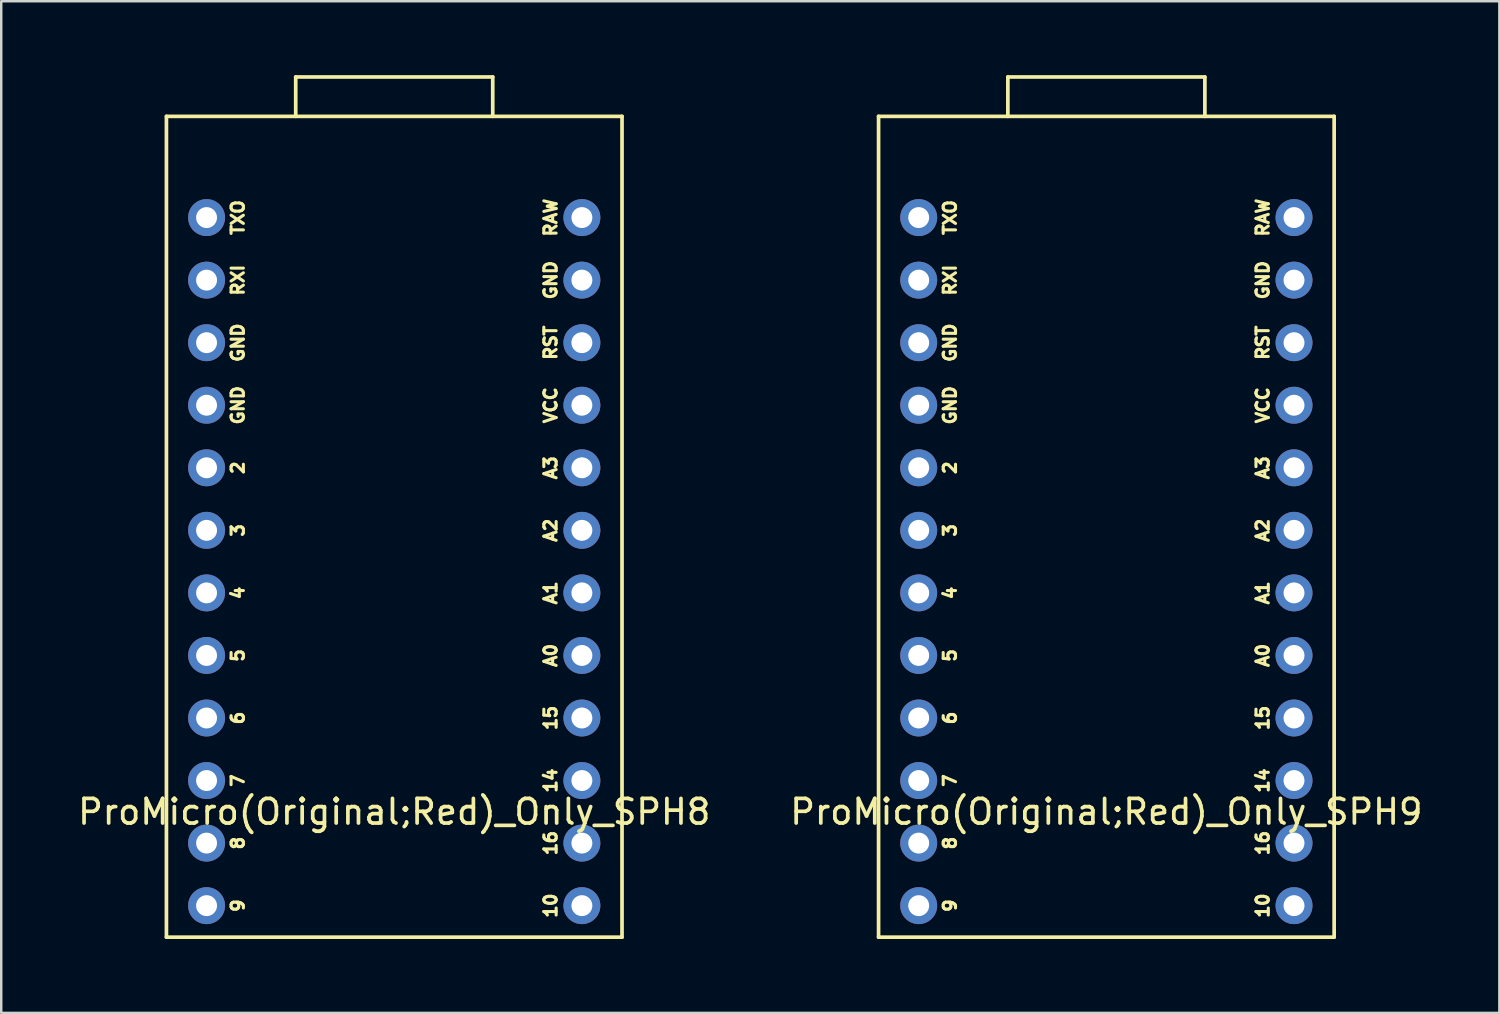
<source format=kicad_pcb>
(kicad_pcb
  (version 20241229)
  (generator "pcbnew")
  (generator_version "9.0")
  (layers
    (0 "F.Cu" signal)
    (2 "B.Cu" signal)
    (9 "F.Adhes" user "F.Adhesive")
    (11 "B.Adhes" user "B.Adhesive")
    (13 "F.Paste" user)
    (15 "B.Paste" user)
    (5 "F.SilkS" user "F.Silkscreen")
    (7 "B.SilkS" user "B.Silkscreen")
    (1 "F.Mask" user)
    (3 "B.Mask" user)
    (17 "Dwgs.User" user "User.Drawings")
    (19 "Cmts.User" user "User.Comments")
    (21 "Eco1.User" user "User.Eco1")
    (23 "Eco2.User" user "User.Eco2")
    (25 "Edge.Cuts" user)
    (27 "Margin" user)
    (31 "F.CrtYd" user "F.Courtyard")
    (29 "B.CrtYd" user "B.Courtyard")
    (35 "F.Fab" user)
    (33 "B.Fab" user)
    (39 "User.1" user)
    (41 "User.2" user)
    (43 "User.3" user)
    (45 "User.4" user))
  (footprint "ProMicro(Original;Red)_Only_SPH8"
    (layer "F.Cu")
    (at 5.338 5.785)
    (property "Reference" "ProMicro(Original;Red)_Only_SPH8" (at 7.62 24.13 0) (layer "F.SilkS") (effects (font (size 1 1) (thickness 0.15))))
    (attr through_hole)
    (fp_line (start -1.63 -4.11) (end -1.63 29.22) (stroke (width 0.15) (type solid)) (layer "F.SilkS"))
    (fp_line (start -1.63 29.22) (end 16.87 29.22) (stroke (width 0.15) (type solid)) (layer "F.SilkS"))
    (fp_line (start 3.62 -5.71) (end 11.62 -5.71) (stroke (width 0.15) (type solid)) (layer "F.SilkS"))
    (fp_line (start 3.62 -4.11) (end 3.62 -5.71) (stroke (width 0.15) (type solid)) (layer "F.SilkS"))
    (fp_line (start 11.62 -5.71) (end 11.62 -4.11) (stroke (width 0.15) (type solid)) (layer "F.SilkS"))
    (fp_line (start 16.87 -4.11) (end -1.63 -4.11) (stroke (width 0.15) (type solid)) (layer "F.SilkS"))
    (fp_line (start 16.87 29.22) (end 16.87 -4.11) (stroke (width 0.15) (type solid)) (layer "F.SilkS"))
    (fp_text user "A1" (at 13.97 15.24 90) (layer "F.SilkS") (effects (font (size 0.5 0.5) (thickness 0.125))))
    (fp_text user "5" (at 1.27 17.78 90) (layer "F.SilkS") (effects (font (size 0.5 0.5) (thickness 0.125))))
    (fp_text user "15" (at 13.97 20.32 90) (layer "F.SilkS") (effects (font (size 0.5 0.5) (thickness 0.125))))
    (fp_text user "4" (at 1.27 15.24 90) (layer "F.SilkS") (effects (font (size 0.5 0.5) (thickness 0.125))))
    (fp_text user "10" (at 13.97 27.94 90) (layer "F.SilkS") (effects (font (size 0.5 0.5) (thickness 0.125))))
    (fp_text user "14" (at 13.97 22.86 90) (layer "F.SilkS") (effects (font (size 0.5 0.5) (thickness 0.125))))
    (fp_text user "A0" (at 13.97 17.78 90) (layer "F.SilkS") (effects (font (size 0.5 0.5) (thickness 0.125))))
    (fp_text user "VCC" (at 13.97 7.62 90) (layer "F.SilkS") (effects (font (size 0.5 0.5) (thickness 0.125))))
    (fp_text user "GND" (at 1.27 7.62 90) (layer "F.SilkS") (effects (font (size 0.5 0.5) (thickness 0.125))))
    (fp_text user "A3" (at 13.97 10.16 90) (layer "F.SilkS") (effects (font (size 0.5 0.5) (thickness 0.125))))
    (fp_text user "3" (at 1.27 12.7 90) (layer "F.SilkS") (effects (font (size 0.5 0.5) (thickness 0.125))))
    (fp_text user "6" (at 1.27 20.32 90) (layer "F.SilkS") (effects (font (size 0.5 0.5) (thickness 0.125))))
    (fp_text user "7" (at 1.27 22.86 90) (layer "F.SilkS") (effects (font (size 0.5 0.5) (thickness 0.125))))
    (fp_text user "RST" (at 13.97 5.08 90) (layer "F.SilkS") (effects (font (size 0.5 0.5) (thickness 0.125))))
    (fp_text user "TXO" (at 1.27 0 90) (layer "F.SilkS") (effects (font (size 0.5 0.5) (thickness 0.125))))
    (fp_text user "RXI" (at 1.27 2.54 90) (layer "F.SilkS") (effects (font (size 0.5 0.5) (thickness 0.125))))
    (fp_text user "GND" (at 13.97 2.54 90) (layer "F.SilkS") (effects (font (size 0.5 0.5) (thickness 0.125))))
    (fp_text user "8" (at 1.27 25.4 90) (layer "F.SilkS") (effects (font (size 0.5 0.5) (thickness 0.125))))
    (fp_text user "2" (at 1.27 10.16 90) (layer "F.SilkS") (effects (font (size 0.5 0.5) (thickness 0.125))))
    (fp_text user "RAW" (at 13.97 0 90) (layer "F.SilkS") (effects (font (size 0.5 0.5) (thickness 0.125))))
    (fp_text user "16" (at 13.97 25.4 90) (layer "F.SilkS") (effects (font (size 0.5 0.5) (thickness 0.125))))
    (fp_text user "GND" (at 1.27 5.08 90) (layer "F.SilkS") (effects (font (size 0.5 0.5) (thickness 0.125))))
    (fp_text user "9" (at 1.27 27.94 90) (layer "F.SilkS") (effects (font (size 0.5 0.5) (thickness 0.125))))
    (fp_text user "A2" (at 13.97 12.7 90) (layer "F.SilkS") (effects (font (size 0.5 0.5) (thickness 0.125))))
    (pad "2" thru_hole circle (at 0 10.16) (size 1.5 1.5) (drill 0.85) (layers "*.Cu" "*.Mask"))
    (pad "3" thru_hole circle (at 0 12.7) (size 1.5 1.5) (drill 0.85) (layers "*.Cu" "*.Mask"))
    (pad "4" thru_hole circle (at 0 15.24) (size 1.5 1.5) (drill 0.85) (layers "*.Cu" "*.Mask"))
    (pad "5" thru_hole circle (at 0 17.78) (size 1.5 1.5) (drill 0.85) (layers "*.Cu" "*.Mask"))
    (pad "6" thru_hole circle (at 0 20.32) (size 1.5 1.5) (drill 0.85) (layers "*.Cu" "*.Mask"))
    (pad "7" thru_hole circle (at 0 22.86) (size 1.5 1.5) (drill 0.85) (layers "*.Cu" "*.Mask"))
    (pad "8" thru_hole circle (at 0 25.4) (size 1.5 1.5) (drill 0.85) (layers "*.Cu" "*.Mask"))
    (pad "9" thru_hole circle (at 0 27.94) (size 1.5 1.5) (drill 0.85) (layers "*.Cu" "*.Mask"))
    (pad "10" thru_hole circle (at 15.24 27.94) (size 1.5 1.5) (drill 0.85) (layers "*.Cu" "*.Mask"))
    (pad "14" thru_hole circle (at 15.24 22.86) (size 1.5 1.5) (drill 0.85) (layers "*.Cu" "*.Mask"))
    (pad "15" thru_hole circle (at 15.24 20.32) (size 1.5 1.5) (drill 0.85) (layers "*.Cu" "*.Mask"))
    (pad "16" thru_hole circle (at 15.24 25.4) (size 1.5 1.5) (drill 0.85) (layers "*.Cu" "*.Mask"))
    (pad "A0" thru_hole circle (at 15.24 17.78) (size 1.5 1.5) (drill 0.85) (layers "*.Cu" "*.Mask"))
    (pad "A1" thru_hole circle (at 15.24 15.24) (size 1.5 1.5) (drill 0.85) (layers "*.Cu" "*.Mask"))
    (pad "A2" thru_hole circle (at 15.24 12.7) (size 1.5 1.5) (drill 0.85) (layers "*.Cu" "*.Mask"))
    (pad "A3" thru_hole circle (at 15.24 10.16) (size 1.5 1.5) (drill 0.85) (layers "*.Cu" "*.Mask"))
    (pad "GND0" thru_hole circle (at 15.24 2.54) (size 1.5 1.5) (drill 0.85) (layers "*.Cu" "*.Mask"))
    (pad "GND1" thru_hole circle (at 0 5.08) (size 1.5 1.5) (drill 0.85) (layers "*.Cu" "*.Mask"))
    (pad "GND2" thru_hole circle (at 0 7.62) (size 1.5 1.5) (drill 0.85) (layers "*.Cu" "*.Mask"))
    (pad "RAW" thru_hole circle (at 15.24 0) (size 1.5 1.5) (drill 0.85) (layers "*.Cu" "*.Mask"))
    (pad "RST" thru_hole circle (at 15.24 5.08) (size 1.5 1.5) (drill 0.85) (layers "*.Cu" "*.Mask"))
    (pad "RXI" thru_hole circle (at 0 2.54) (size 1.5 1.5) (drill 0.85) (layers "*.Cu" "*.Mask"))
    (pad "TXO" thru_hole circle (at 0 0 90) (size 1.5 1.5) (drill 0.85) (layers "*.Cu" "*.Mask"))
    (pad "VCC" thru_hole circle (at 15.24 7.62) (size 1.5 1.5) (drill 0.85) (layers "*.Cu" "*.Mask")))
  (footprint "ProMicro(Original;Red)_Only_SPH9"
    (layer "F.Cu")
    (at 34.255 5.785)
    (property "Reference" "ProMicro(Original;Red)_Only_SPH9" (at 7.62 24.13 0) (layer "F.SilkS") (effects (font (size 1 1) (thickness 0.15))))
    (attr through_hole)
    (fp_line (start -1.63 -4.11) (end -1.63 29.22) (stroke (width 0.15) (type solid)) (layer "F.SilkS"))
    (fp_line (start -1.63 29.22) (end 16.87 29.22) (stroke (width 0.15) (type solid)) (layer "F.SilkS"))
    (fp_line (start 3.62 -5.71) (end 11.62 -5.71) (stroke (width 0.15) (type solid)) (layer "F.SilkS"))
    (fp_line (start 3.62 -4.11) (end 3.62 -5.71) (stroke (width 0.15) (type solid)) (layer "F.SilkS"))
    (fp_line (start 11.62 -5.71) (end 11.62 -4.11) (stroke (width 0.15) (type solid)) (layer "F.SilkS"))
    (fp_line (start 16.87 -4.11) (end -1.63 -4.11) (stroke (width 0.15) (type solid)) (layer "F.SilkS"))
    (fp_line (start 16.87 29.22) (end 16.87 -4.11) (stroke (width 0.15) (type solid)) (layer "F.SilkS"))
    (fp_text user "2" (at 1.27 10.16 90) (layer "F.SilkS") (effects (font (size 0.5 0.5) (thickness 0.125))))
    (fp_text user "TXO" (at 1.27 0 90) (layer "F.SilkS") (effects (font (size 0.5 0.5) (thickness 0.125))))
    (fp_text user "15" (at 13.97 20.32 90) (layer "F.SilkS") (effects (font (size 0.5 0.5) (thickness 0.125))))
    (fp_text user "6" (at 1.27 20.32 90) (layer "F.SilkS") (effects (font (size 0.5 0.5) (thickness 0.125))))
    (fp_text user "5" (at 1.27 17.78 90) (layer "F.SilkS") (effects (font (size 0.5 0.5) (thickness 0.125))))
    (fp_text user "4" (at 1.27 15.24 90) (layer "F.SilkS") (effects (font (size 0.5 0.5) (thickness 0.125))))
    (fp_text user "7" (at 1.27 22.86 90) (layer "F.SilkS") (effects (font (size 0.5 0.5) (thickness 0.125))))
    (fp_text user "10" (at 13.97 27.94 90) (layer "F.SilkS") (effects (font (size 0.5 0.5) (thickness 0.125))))
    (fp_text user "GND" (at 1.27 5.08 90) (layer "F.SilkS") (effects (font (size 0.5 0.5) (thickness 0.125))))
    (fp_text user "GND" (at 13.97 2.54 90) (layer "F.SilkS") (effects (font (size 0.5 0.5) (thickness 0.125))))
    (fp_text user "3" (at 1.27 12.7 90) (layer "F.SilkS") (effects (font (size 0.5 0.5) (thickness 0.125))))
    (fp_text user "A3" (at 13.97 10.16 90) (layer "F.SilkS") (effects (font (size 0.5 0.5) (thickness 0.125))))
    (fp_text user "GND" (at 1.27 7.62 90) (layer "F.SilkS") (effects (font (size 0.5 0.5) (thickness 0.125))))
    (fp_text user "A0" (at 13.97 17.78 90) (layer "F.SilkS") (effects (font (size 0.5 0.5) (thickness 0.125))))
    (fp_text user "14" (at 13.97 22.86 90) (layer "F.SilkS") (effects (font (size 0.5 0.5) (thickness 0.125))))
    (fp_text user "RXI" (at 1.27 2.54 90) (layer "F.SilkS") (effects (font (size 0.5 0.5) (thickness 0.125))))
    (fp_text user "9" (at 1.27 27.94 90) (layer "F.SilkS") (effects (font (size 0.5 0.5) (thickness 0.125))))
    (fp_text user "16" (at 13.97 25.4 90) (layer "F.SilkS") (effects (font (size 0.5 0.5) (thickness 0.125))))
    (fp_text user "8" (at 1.27 25.4 90) (layer "F.SilkS") (effects (font (size 0.5 0.5) (thickness 0.125))))
    (fp_text user "VCC" (at 13.97 7.62 90) (layer "F.SilkS") (effects (font (size 0.5 0.5) (thickness 0.125))))
    (fp_text user "A2" (at 13.97 12.7 90) (layer "F.SilkS") (effects (font (size 0.5 0.5) (thickness 0.125))))
    (fp_text user "RAW" (at 13.97 0 90) (layer "F.SilkS") (effects (font (size 0.5 0.5) (thickness 0.125))))
    (fp_text user "A1" (at 13.97 15.24 90) (layer "F.SilkS") (effects (font (size 0.5 0.5) (thickness 0.125))))
    (fp_text user "RST" (at 13.97 5.08 90) (layer "F.SilkS") (effects (font (size 0.5 0.5) (thickness 0.125))))
    (pad "2" thru_hole circle (at 0 10.16) (size 1.5 1.5) (drill 0.85) (layers "*.Cu" "*.Mask"))
    (pad "3" thru_hole circle (at 0 12.7) (size 1.5 1.5) (drill 0.85) (layers "*.Cu" "*.Mask"))
    (pad "4" thru_hole circle (at 0 15.24) (size 1.5 1.5) (drill 0.85) (layers "*.Cu" "*.Mask"))
    (pad "5" thru_hole circle (at 0 17.78) (size 1.5 1.5) (drill 0.85) (layers "*.Cu" "*.Mask"))
    (pad "6" thru_hole circle (at 0 20.32) (size 1.5 1.5) (drill 0.85) (layers "*.Cu" "*.Mask"))
    (pad "7" thru_hole circle (at 0 22.86) (size 1.5 1.5) (drill 0.85) (layers "*.Cu" "*.Mask"))
    (pad "8" thru_hole circle (at 0 25.4) (size 1.5 1.5) (drill 0.85) (layers "*.Cu" "*.Mask"))
    (pad "9" thru_hole circle (at 0 27.94) (size 1.5 1.5) (drill 0.85) (layers "*.Cu" "*.Mask"))
    (pad "10" thru_hole circle (at 15.24 27.94) (size 1.5 1.5) (drill 0.85) (layers "*.Cu" "*.Mask"))
    (pad "14" thru_hole circle (at 15.24 22.86) (size 1.5 1.5) (drill 0.85) (layers "*.Cu" "*.Mask"))
    (pad "15" thru_hole circle (at 15.24 20.32) (size 1.5 1.5) (drill 0.85) (layers "*.Cu" "*.Mask"))
    (pad "16" thru_hole circle (at 15.24 25.4) (size 1.5 1.5) (drill 0.85) (layers "*.Cu" "*.Mask"))
    (pad "A0" thru_hole circle (at 15.24 17.78) (size 1.5 1.5) (drill 0.85) (layers "*.Cu" "*.Mask"))
    (pad "A1" thru_hole circle (at 15.24 15.24) (size 1.5 1.5) (drill 0.85) (layers "*.Cu" "*.Mask"))
    (pad "A2" thru_hole circle (at 15.24 12.7) (size 1.5 1.5) (drill 0.85) (layers "*.Cu" "*.Mask"))
    (pad "A3" thru_hole circle (at 15.24 10.16) (size 1.5 1.5) (drill 0.85) (layers "*.Cu" "*.Mask"))
    (pad "GND0" thru_hole circle (at 15.24 2.54) (size 1.5 1.5) (drill 0.85) (layers "*.Cu" "*.Mask"))
    (pad "GND1" thru_hole circle (at 0 5.08) (size 1.5 1.5) (drill 0.85) (layers "*.Cu" "*.Mask"))
    (pad "GND2" thru_hole circle (at 0 7.62) (size 1.5 1.5) (drill 0.85) (layers "*.Cu" "*.Mask"))
    (pad "RAW" thru_hole circle (at 15.24 0) (size 1.5 1.5) (drill 0.85) (layers "*.Cu" "*.Mask"))
    (pad "RST" thru_hole circle (at 15.24 5.08) (size 1.5 1.5) (drill 0.85) (layers "*.Cu" "*.Mask"))
    (pad "RXI" thru_hole circle (at 0 2.54) (size 1.5 1.5) (drill 0.85) (layers "*.Cu" "*.Mask"))
    (pad "TXO" thru_hole circle (at 0 0 90) (size 1.5 1.5) (drill 0.85) (layers "*.Cu" "*.Mask"))
    (pad "VCC" thru_hole circle (at 15.24 7.62) (size 1.5 1.5) (drill 0.85) (layers "*.Cu" "*.Mask")))
  (gr_rect
    (start -3 -3)
    (end 57.833 38.08)
    (stroke (width 0.1) (type default))
    (fill no)
    (layer "Edge.Cuts")))
</source>
